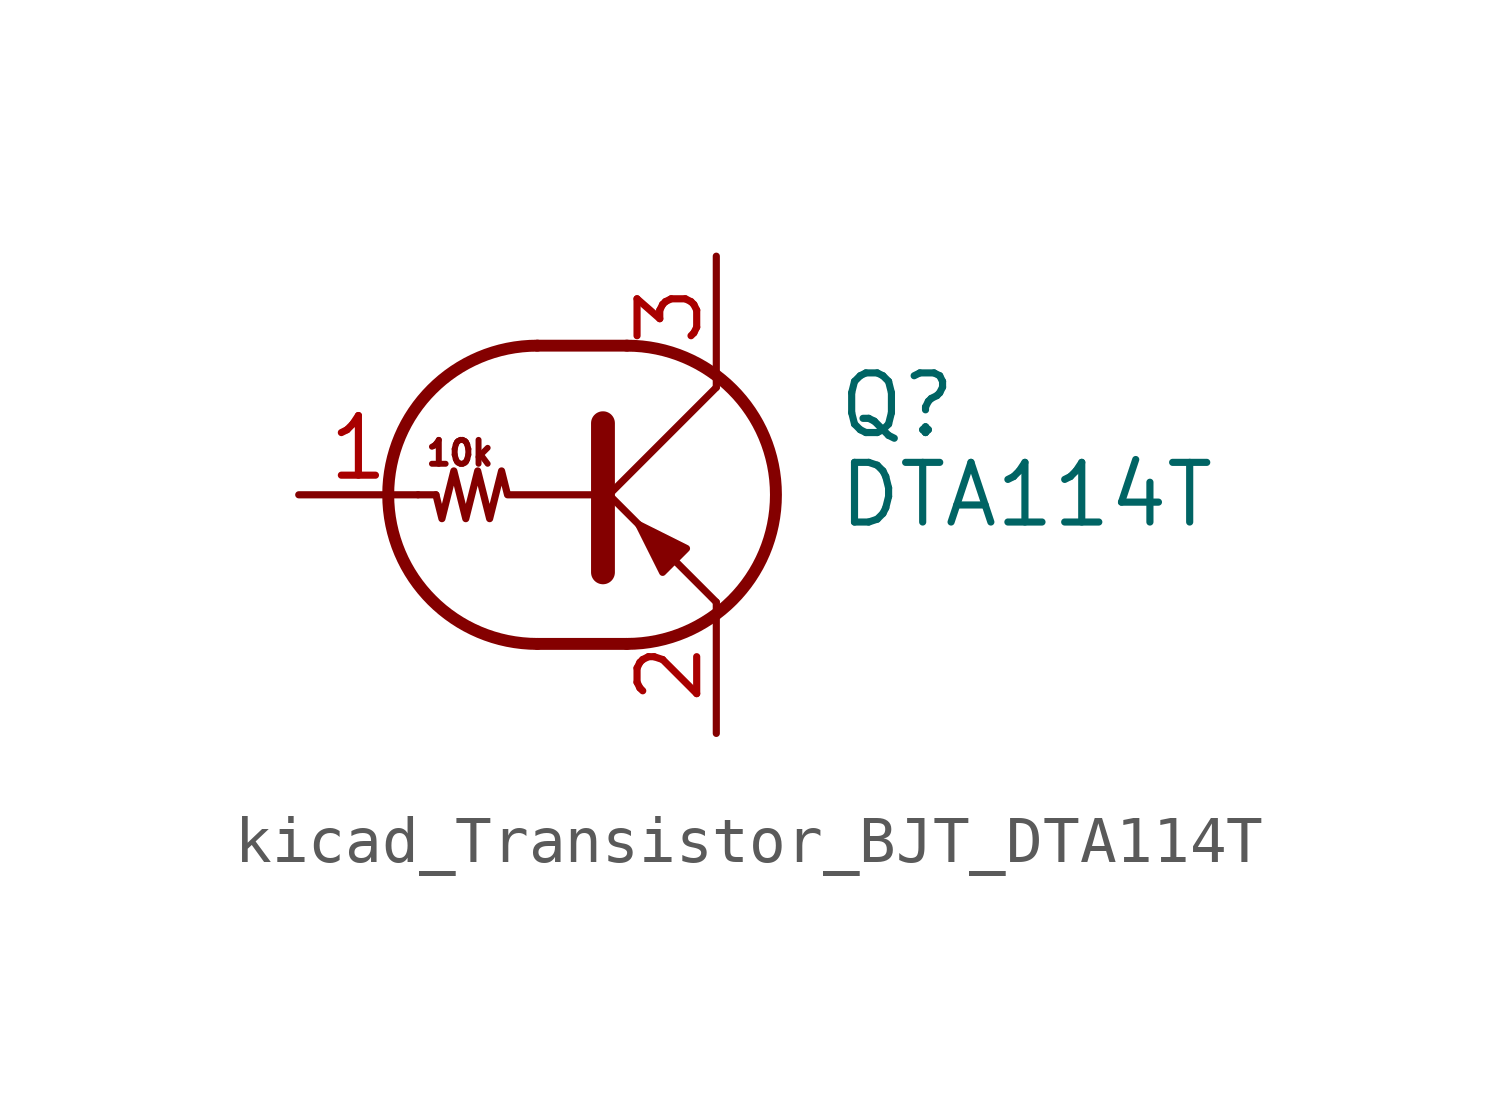
<source format=kicad_sym>
(kicad_symbol_lib
  (version 20220914)
  (generator kicad_symbol_editor)
  (symbol "kicad_Transistor_BJT_DTA114T"
    (pin_names
      (offset 0) hide)
    (property "Reference" "Q"
      (at 5.08 1.905 0)
      (effects (font (size 1.27 1.27)) (justify left)))
    (property "Value" "DTA114T"
      (at 5.08 0 0)
      (effects (font (size 1.27 1.27)) (justify left)))
    (symbol "kicad_Transistor_BJT_DTA114T_0_0"
      (polyline (pts (xy 2.54 -2.286) (xy 2.54 -2.54)) (stroke (width 0) (type default)) (fill (type none)))
      (text "10k" (at -2.921 0.889 0) (effects (font (size 0.508 0.508)))))
    (symbol "kicad_Transistor_BJT_DTA114T_0_1"
      (arc (start -1.27 3.175) (mid -4.4312 0) (end -1.27 -3.175) (stroke (width 0.254) (type default)) (fill (type none)))
      (polyline (pts (xy -3.429 0) (xy -3.81 0)) (stroke (width 0) (type default)) (fill (type none)))
      (polyline (pts (xy -1.27 -3.175) (xy 0.635 -3.175)) (stroke (width 0.254) (type default)) (fill (type none)))
      (polyline (pts (xy -1.27 3.175) (xy 0.635 3.175)) (stroke (width 0.254) (type default)) (fill (type none)))
      (polyline (pts (xy 0 -0.254) (xy 2.54 2.286)) (stroke (width 0) (type default)) (fill (type none)))
      (polyline (pts (xy 0.127 1.524) (xy 0.127 -1.651)) (stroke (width 0.508) (type default)) (fill (type outline)))
      (polyline (pts (xy 2.54 2.286) (xy 2.54 2.54)) (stroke (width 0) (type default)) (fill (type none)))
      (polyline (pts (xy 2.54 -2.286) (xy 0 0.254) (xy 0 0.254)) (stroke (width 0) (type default)) (fill (type none)))
      (polyline (pts (xy 1.397 -1.651) (xy 1.905 -1.143) (xy 0.889 -0.635) (xy 1.397 -1.651)) (stroke (width 0) (type default)) (fill (type outline)))
      (polyline (pts (xy 0 0) (xy -1.905 0) (xy -2.032 0.508) (xy -2.286 -0.508) (xy -2.54 0.508) (xy -2.794 -0.508) (xy -3.048 0.508) (xy -3.302 -0.508) (xy -3.429 0)) (stroke (width 0) (type default)) (fill (type none)))
      (arc (start 0.635 -3.175) (mid 3.7962 0) (end 0.635 3.175) (stroke (width 0.254) (type default)) (fill (type none))))
    (symbol "kicad_Transistor_BJT_DTA114T_1_1"
      (pin input line (at -6.35 0 0) (length 2.54) (name "B" (effects (font (size 1.27 1.27)))) (number "1" (effects (font (size 1.27 1.27)))))
      (pin passive line (at 2.54 -5.08 90) (length 2.54) (name "E" (effects (font (size 1.27 1.27)))) (number "2" (effects (font (size 1.27 1.27)))))
      (pin passive line (at 2.54 5.08 270) (length 2.54) (name "C" (effects (font (size 1.27 1.27)))) (number "3" (effects (font (size 1.27 1.27))))))))
</source>
